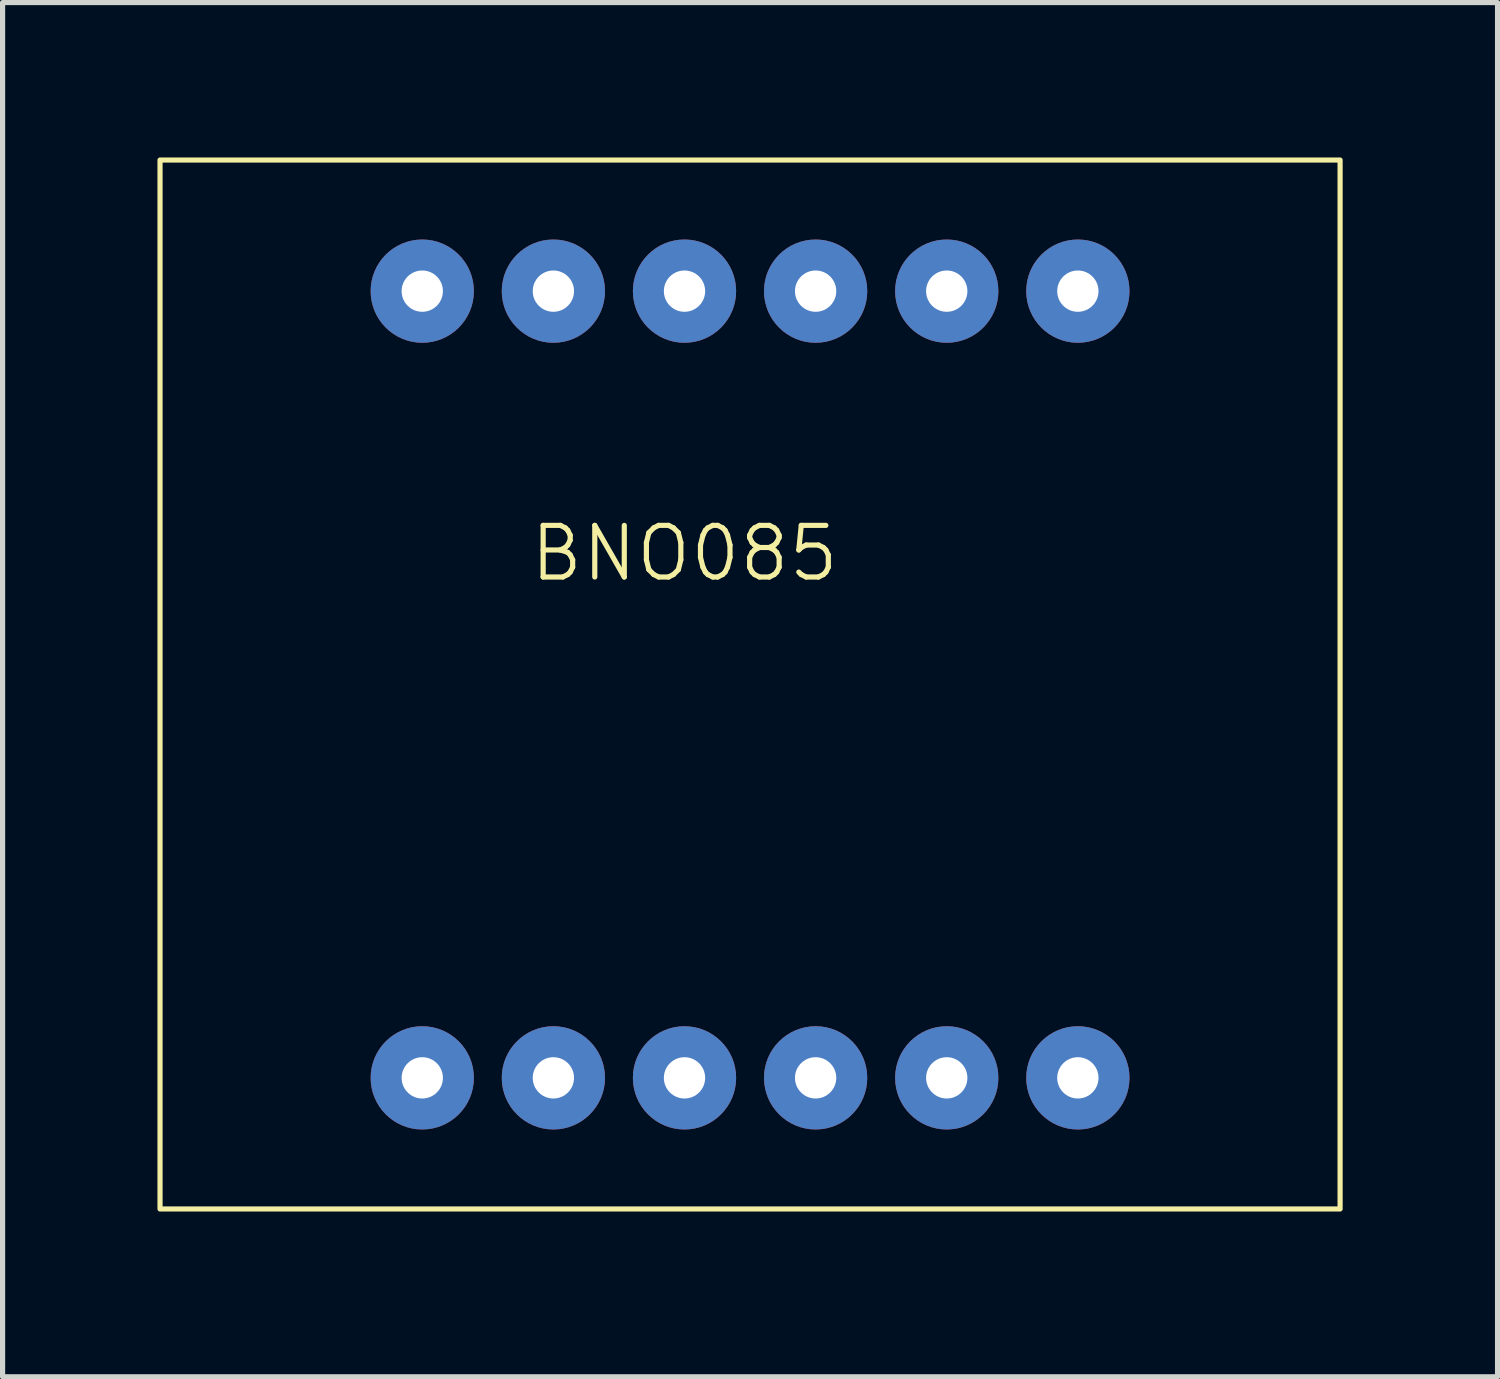
<source format=kicad_pcb>
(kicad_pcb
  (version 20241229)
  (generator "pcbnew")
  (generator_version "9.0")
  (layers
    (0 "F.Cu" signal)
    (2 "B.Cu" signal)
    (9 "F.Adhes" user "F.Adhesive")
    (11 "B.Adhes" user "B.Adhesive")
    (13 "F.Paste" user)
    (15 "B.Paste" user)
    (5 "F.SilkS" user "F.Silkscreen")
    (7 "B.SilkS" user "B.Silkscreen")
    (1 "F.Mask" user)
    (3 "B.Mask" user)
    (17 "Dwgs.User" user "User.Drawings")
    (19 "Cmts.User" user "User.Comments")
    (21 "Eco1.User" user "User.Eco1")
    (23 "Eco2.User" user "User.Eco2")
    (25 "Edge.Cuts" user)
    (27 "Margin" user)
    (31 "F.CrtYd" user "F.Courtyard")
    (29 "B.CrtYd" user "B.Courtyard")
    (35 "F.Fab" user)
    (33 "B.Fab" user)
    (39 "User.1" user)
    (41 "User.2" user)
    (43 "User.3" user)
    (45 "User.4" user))
  (footprint "BNO085"
    (layer "F.Cu")
    (at 2.59 20.37)
    (property "Reference" "BNO085" (at 7.62 -12.7 0) (unlocked yes) (layer "F.SilkS") (effects (font (size 1 1) (thickness 0.1))))
    (attr through_hole)
    (fp_rect (start -2.54 -20.32) (end 20.32 0) (stroke (width 0.1) (type default)) (fill no) (layer "F.SilkS"))
    (pad "1" thru_hole circle (at 2.54 -2.54) (size 2 2) (drill 0.8) (layers "*.Cu" "*.Mask"))
    (pad "2" thru_hole circle (at 5.08 -2.54) (size 2 2) (drill 0.8) (layers "*.Cu" "*.Mask"))
    (pad "3" thru_hole circle (at 7.62 -2.54) (size 2 2) (drill 0.8) (layers "*.Cu" "*.Mask"))
    (pad "4" thru_hole circle (at 10.16 -2.54) (size 2 2) (drill 0.8) (layers "*.Cu" "*.Mask"))
    (pad "5" thru_hole circle (at 12.7 -2.54) (size 2 2) (drill 0.8) (layers "*.Cu" "*.Mask"))
    (pad "6" thru_hole circle (at 15.24 -2.54) (size 2 2) (drill 0.8) (layers "*.Cu" "*.Mask"))
    (pad "7" thru_hole circle (at 2.54 -17.78) (size 2 2) (drill 0.8) (layers "*.Cu" "*.Mask"))
    (pad "8" thru_hole circle (at 5.08 -17.78) (size 2 2) (drill 0.8) (layers "*.Cu" "*.Mask"))
    (pad "9" thru_hole circle (at 7.62 -17.78) (size 2 2) (drill 0.8) (layers "*.Cu" "*.Mask"))
    (pad "10" thru_hole circle (at 10.16 -17.78) (size 2 2) (drill 0.8) (layers "*.Cu" "*.Mask"))
    (pad "11" thru_hole circle (at 12.7 -17.78) (size 2 2) (drill 0.8) (layers "*.Cu" "*.Mask"))
    (pad "12" thru_hole circle (at 15.24 -17.78) (size 2 2) (drill 0.8) (layers "*.Cu" "*.Mask")))
  (gr_rect
    (start -3 -3)
    (end 25.96 23.62)
    (stroke (width 0.1) (type default))
    (fill no)
    (layer "Edge.Cuts")))
</source>
